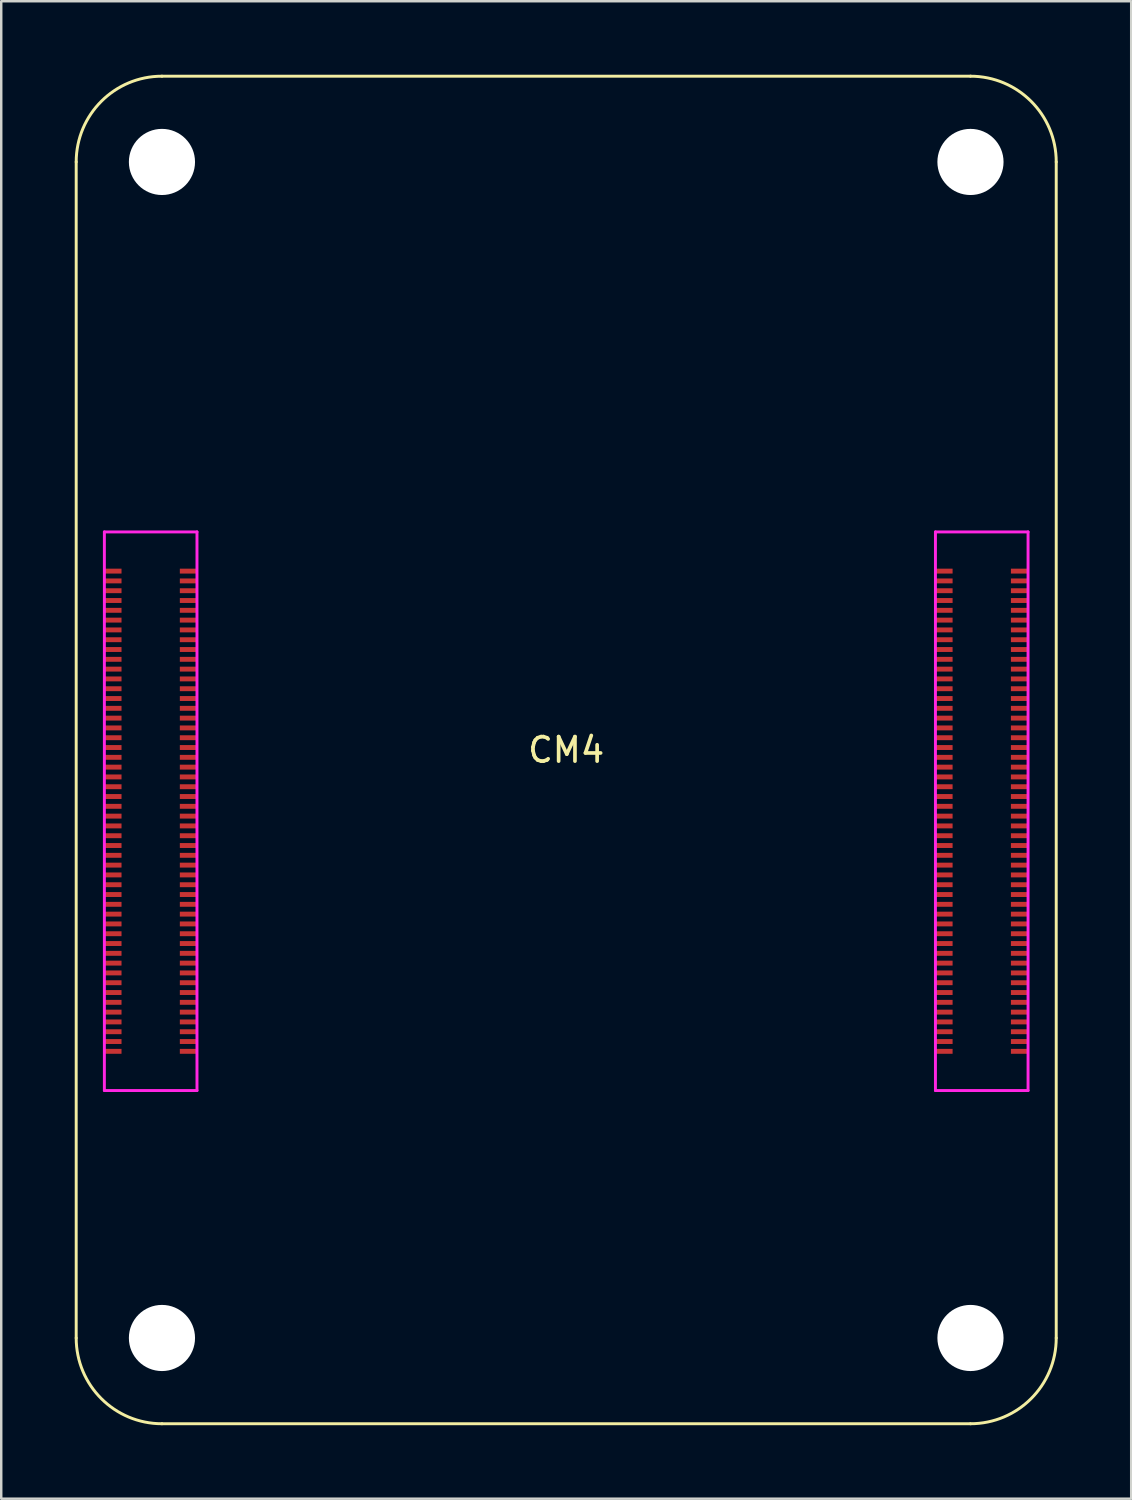
<source format=kicad_pcb>
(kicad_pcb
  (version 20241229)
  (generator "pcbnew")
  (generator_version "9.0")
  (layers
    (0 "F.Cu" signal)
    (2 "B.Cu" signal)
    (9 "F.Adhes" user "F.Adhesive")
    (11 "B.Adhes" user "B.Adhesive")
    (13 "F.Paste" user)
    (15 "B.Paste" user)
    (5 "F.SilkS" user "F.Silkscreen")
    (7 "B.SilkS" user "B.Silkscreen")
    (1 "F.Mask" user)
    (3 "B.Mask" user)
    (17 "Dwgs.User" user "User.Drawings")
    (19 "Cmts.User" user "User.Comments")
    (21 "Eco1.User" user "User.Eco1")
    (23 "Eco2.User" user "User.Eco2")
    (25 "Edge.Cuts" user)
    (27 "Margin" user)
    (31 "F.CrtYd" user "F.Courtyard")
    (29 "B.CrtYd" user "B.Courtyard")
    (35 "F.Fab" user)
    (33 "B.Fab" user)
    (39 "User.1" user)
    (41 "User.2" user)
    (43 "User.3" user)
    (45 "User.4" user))
  (footprint "CM4"
    (layer "F.Cu")
    (at 3.56 51.56)
    (property "Reference" "CM4" (at 16.5 -24 0) (layer "F.SilkS") (effects (font (size 1 1) (thickness 0.15))))
    (attr smd)
    (fp_line (start -3.5 -48) (end -3.5 0) (stroke (width 0.12) (type solid)) (layer "F.SilkS"))
    (fp_line (start 0 3.5) (end 33 3.5) (stroke (width 0.12) (type solid)) (layer "F.SilkS"))
    (fp_line (start 33 -51.5) (end 0 -51.5) (stroke (width 0.12) (type solid)) (layer "F.SilkS"))
    (fp_line (start 36.5 0) (end 36.5 -48) (stroke (width 0.12) (type solid)) (layer "F.SilkS"))
    (fp_arc (start -3.5 -48) (mid -2.474874 -50.474874) (end 0 -51.5) (stroke (width 0.12) (type solid)) (layer "F.SilkS"))
    (fp_arc (start 0 3.5) (mid -2.474874 2.474874) (end -3.5 0) (stroke (width 0.12) (type solid)) (layer "F.SilkS"))
    (fp_arc (start 33 -51.5) (mid 35.474874 -50.474874) (end 36.5 -48) (stroke (width 0.12) (type solid)) (layer "F.SilkS"))
    (fp_arc (start 36.5 0) (mid 35.474874 2.474874) (end 33 3.5) (stroke (width 0.12) (type solid)) (layer "F.SilkS"))
    (fp_line (start -2.35 -32.9) (end 1.43 -32.9) (stroke (width 0.12) (type solid)) (layer "F.CrtYd"))
    (fp_line (start -2.35 -10.1) (end -2.35 -32.9) (stroke (width 0.12) (type solid)) (layer "F.CrtYd"))
    (fp_line (start 1.43 -32.9) (end 1.43 -10.1) (stroke (width 0.12) (type solid)) (layer "F.CrtYd"))
    (fp_line (start 1.43 -10.1) (end -2.35 -10.1) (stroke (width 0.12) (type solid)) (layer "F.CrtYd"))
    (fp_line (start 31.57 -32.9) (end 35.35 -32.9) (stroke (width 0.12) (type solid)) (layer "F.CrtYd"))
    (fp_line (start 31.57 -10.1) (end 31.57 -32.9) (stroke (width 0.12) (type solid)) (layer "F.CrtYd"))
    (fp_line (start 35.35 -32.9) (end 35.35 -10.1) (stroke (width 0.12) (type solid)) (layer "F.CrtYd"))
    (fp_line (start 35.35 -10.1) (end 31.57 -10.1) (stroke (width 0.12) (type solid)) (layer "F.CrtYd"))
    (pad "" np_thru_hole circle (at 0 -48) (size 2.7 2.7) (drill 2.7) (layers "*.Cu" "*.Mask"))
    (pad "" np_thru_hole circle (at 0 0) (size 2.7 2.7) (drill 2.7) (layers "*.Cu" "*.Mask"))
    (pad "" np_thru_hole circle (at 33 -48) (size 2.7 2.7) (drill 2.7) (layers "*.Cu" "*.Mask"))
    (pad "" np_thru_hole circle (at 33 0) (size 2.7 2.7) (drill 2.7) (layers "*.Cu" "*.Mask"))
    (pad "1" smd rect (at -2 -31.3 270) (size 0.2 0.7) (layers "F.Cu" "F.Mask" "F.Paste"))
    (pad "2" smd rect (at 1.08 -31.3 270) (size 0.2 0.7) (layers "F.Cu" "F.Mask" "F.Paste"))
    (pad "3" smd rect (at -2 -30.9 270) (size 0.2 0.7) (layers "F.Cu" "F.Mask" "F.Paste"))
    (pad "4" smd rect (at 1.08 -30.9 270) (size 0.2 0.7) (layers "F.Cu" "F.Mask" "F.Paste"))
    (pad "5" smd rect (at -2 -30.5 270) (size 0.2 0.7) (layers "F.Cu" "F.Mask" "F.Paste"))
    (pad "6" smd rect (at 1.08 -30.5 270) (size 0.2 0.7) (layers "F.Cu" "F.Mask" "F.Paste"))
    (pad "7" smd rect (at -2 -30.1 270) (size 0.2 0.7) (layers "F.Cu" "F.Mask" "F.Paste"))
    (pad "8" smd rect (at 1.08 -30.1 270) (size 0.2 0.7) (layers "F.Cu" "F.Mask" "F.Paste"))
    (pad "9" smd rect (at -2 -29.7 270) (size 0.2 0.7) (layers "F.Cu" "F.Mask" "F.Paste"))
    (pad "10" smd rect (at 1.08 -29.7 270) (size 0.2 0.7) (layers "F.Cu" "F.Mask" "F.Paste"))
    (pad "11" smd rect (at -2 -29.3 270) (size 0.2 0.7) (layers "F.Cu" "F.Mask" "F.Paste"))
    (pad "12" smd rect (at 1.08 -29.3 270) (size 0.2 0.7) (layers "F.Cu" "F.Mask" "F.Paste"))
    (pad "13" smd rect (at -2 -28.9 270) (size 0.2 0.7) (layers "F.Cu" "F.Mask" "F.Paste"))
    (pad "14" smd rect (at 1.08 -28.9 270) (size 0.2 0.7) (layers "F.Cu" "F.Mask" "F.Paste"))
    (pad "15" smd rect (at -2 -28.5 270) (size 0.2 0.7) (layers "F.Cu" "F.Mask" "F.Paste"))
    (pad "16" smd rect (at 1.08 -28.5 270) (size 0.2 0.7) (layers "F.Cu" "F.Mask" "F.Paste"))
    (pad "17" smd rect (at -2 -28.1 270) (size 0.2 0.7) (layers "F.Cu" "F.Mask" "F.Paste"))
    (pad "18" smd rect (at 1.08 -28.1 270) (size 0.2 0.7) (layers "F.Cu" "F.Mask" "F.Paste"))
    (pad "19" smd rect (at -2 -27.7 270) (size 0.2 0.7) (layers "F.Cu" "F.Mask" "F.Paste"))
    (pad "20" smd rect (at 1.08 -27.7 270) (size 0.2 0.7) (layers "F.Cu" "F.Mask" "F.Paste"))
    (pad "21" smd rect (at -2 -27.3 270) (size 0.2 0.7) (layers "F.Cu" "F.Mask" "F.Paste"))
    (pad "22" smd rect (at 1.08 -27.3 270) (size 0.2 0.7) (layers "F.Cu" "F.Mask" "F.Paste"))
    (pad "23" smd rect (at -2 -26.9 270) (size 0.2 0.7) (layers "F.Cu" "F.Mask" "F.Paste"))
    (pad "24" smd rect (at 1.08 -26.9 270) (size 0.2 0.7) (layers "F.Cu" "F.Mask" "F.Paste"))
    (pad "25" smd rect (at -2 -26.5 270) (size 0.2 0.7) (layers "F.Cu" "F.Mask" "F.Paste"))
    (pad "26" smd rect (at 1.08 -26.5 270) (size 0.2 0.7) (layers "F.Cu" "F.Mask" "F.Paste"))
    (pad "27" smd rect (at -2 -26.1 270) (size 0.2 0.7) (layers "F.Cu" "F.Mask" "F.Paste"))
    (pad "28" smd rect (at 1.08 -26.1 270) (size 0.2 0.7) (layers "F.Cu" "F.Mask" "F.Paste"))
    (pad "29" smd rect (at -2 -25.7 270) (size 0.2 0.7) (layers "F.Cu" "F.Mask" "F.Paste"))
    (pad "30" smd rect (at 1.08 -25.7 270) (size 0.2 0.7) (layers "F.Cu" "F.Mask" "F.Paste"))
    (pad "31" smd rect (at -2 -25.3 270) (size 0.2 0.7) (layers "F.Cu" "F.Mask" "F.Paste"))
    (pad "32" smd rect (at 1.08 -25.3 270) (size 0.2 0.7) (layers "F.Cu" "F.Mask" "F.Paste"))
    (pad "33" smd rect (at -2 -24.9 270) (size 0.2 0.7) (layers "F.Cu" "F.Mask" "F.Paste"))
    (pad "34" smd rect (at 1.08 -24.9 270) (size 0.2 0.7) (layers "F.Cu" "F.Mask" "F.Paste"))
    (pad "35" smd rect (at -2 -24.5 270) (size 0.2 0.7) (layers "F.Cu" "F.Mask" "F.Paste"))
    (pad "36" smd rect (at 1.08 -24.5 270) (size 0.2 0.7) (layers "F.Cu" "F.Mask" "F.Paste"))
    (pad "37" smd rect (at -2 -24.1 270) (size 0.2 0.7) (layers "F.Cu" "F.Mask" "F.Paste"))
    (pad "38" smd rect (at 1.08 -24.1 270) (size 0.2 0.7) (layers "F.Cu" "F.Mask" "F.Paste"))
    (pad "39" smd rect (at -2 -23.7 270) (size 0.2 0.7) (layers "F.Cu" "F.Mask" "F.Paste"))
    (pad "40" smd rect (at 1.08 -23.7 270) (size 0.2 0.7) (layers "F.Cu" "F.Mask" "F.Paste"))
    (pad "41" smd rect (at -2 -23.3 270) (size 0.2 0.7) (layers "F.Cu" "F.Mask" "F.Paste"))
    (pad "42" smd rect (at 1.08 -23.3 270) (size 0.2 0.7) (layers "F.Cu" "F.Mask" "F.Paste"))
    (pad "43" smd rect (at -2 -22.9 270) (size 0.2 0.7) (layers "F.Cu" "F.Mask" "F.Paste"))
    (pad "44" smd rect (at 1.08 -22.9 270) (size 0.2 0.7) (layers "F.Cu" "F.Mask" "F.Paste"))
    (pad "45" smd rect (at -2 -22.5 270) (size 0.2 0.7) (layers "F.Cu" "F.Mask" "F.Paste"))
    (pad "46" smd rect (at 1.08 -22.5 270) (size 0.2 0.7) (layers "F.Cu" "F.Mask" "F.Paste"))
    (pad "47" smd rect (at -2 -22.1 270) (size 0.2 0.7) (layers "F.Cu" "F.Mask" "F.Paste"))
    (pad "48" smd rect (at 1.08 -22.1 270) (size 0.2 0.7) (layers "F.Cu" "F.Mask" "F.Paste"))
    (pad "49" smd rect (at -2 -21.7 270) (size 0.2 0.7) (layers "F.Cu" "F.Mask" "F.Paste"))
    (pad "50" smd rect (at 1.08 -21.7 270) (size 0.2 0.7) (layers "F.Cu" "F.Mask" "F.Paste"))
    (pad "51" smd rect (at -2 -21.3 270) (size 0.2 0.7) (layers "F.Cu" "F.Mask" "F.Paste"))
    (pad "52" smd rect (at 1.08 -21.3 270) (size 0.2 0.7) (layers "F.Cu" "F.Mask" "F.Paste"))
    (pad "53" smd rect (at -2 -20.9 270) (size 0.2 0.7) (layers "F.Cu" "F.Mask" "F.Paste"))
    (pad "54" smd rect (at 1.08 -20.9 270) (size 0.2 0.7) (layers "F.Cu" "F.Mask" "F.Paste"))
    (pad "55" smd rect (at -2 -20.5 270) (size 0.2 0.7) (layers "F.Cu" "F.Mask" "F.Paste"))
    (pad "56" smd rect (at 1.08 -20.5 270) (size 0.2 0.7) (layers "F.Cu" "F.Mask" "F.Paste"))
    (pad "57" smd rect (at -2 -20.1 270) (size 0.2 0.7) (layers "F.Cu" "F.Mask" "F.Paste"))
    (pad "58" smd rect (at 1.08 -20.1 270) (size 0.2 0.7) (layers "F.Cu" "F.Mask" "F.Paste"))
    (pad "59" smd rect (at -2 -19.7 270) (size 0.2 0.7) (layers "F.Cu" "F.Mask" "F.Paste"))
    (pad "60" smd rect (at 1.08 -19.7 270) (size 0.2 0.7) (layers "F.Cu" "F.Mask" "F.Paste"))
    (pad "61" smd rect (at -2 -19.3 270) (size 0.2 0.7) (layers "F.Cu" "F.Mask" "F.Paste"))
    (pad "62" smd rect (at 1.08 -19.3 270) (size 0.2 0.7) (layers "F.Cu" "F.Mask" "F.Paste"))
    (pad "63" smd rect (at -2 -18.9 270) (size 0.2 0.7) (layers "F.Cu" "F.Mask" "F.Paste"))
    (pad "64" smd rect (at 1.08 -18.9 270) (size 0.2 0.7) (layers "F.Cu" "F.Mask" "F.Paste"))
    (pad "65" smd rect (at -2 -18.5 270) (size 0.2 0.7) (layers "F.Cu" "F.Mask" "F.Paste"))
    (pad "66" smd rect (at 1.08 -18.5 270) (size 0.2 0.7) (layers "F.Cu" "F.Mask" "F.Paste"))
    (pad "67" smd rect (at -2 -18.1 270) (size 0.2 0.7) (layers "F.Cu" "F.Mask" "F.Paste"))
    (pad "68" smd rect (at 1.08 -18.1 270) (size 0.2 0.7) (layers "F.Cu" "F.Mask" "F.Paste"))
    (pad "69" smd rect (at -2 -17.7 270) (size 0.2 0.7) (layers "F.Cu" "F.Mask" "F.Paste"))
    (pad "70" smd rect (at 1.08 -17.7 270) (size 0.2 0.7) (layers "F.Cu" "F.Mask" "F.Paste"))
    (pad "71" smd rect (at -2 -17.3 270) (size 0.2 0.7) (layers "F.Cu" "F.Mask" "F.Paste"))
    (pad "72" smd rect (at 1.08 -17.3 270) (size 0.2 0.7) (layers "F.Cu" "F.Mask" "F.Paste"))
    (pad "73" smd rect (at -2 -16.9 270) (size 0.2 0.7) (layers "F.Cu" "F.Mask" "F.Paste"))
    (pad "74" smd rect (at 1.08 -16.9 270) (size 0.2 0.7) (layers "F.Cu" "F.Mask" "F.Paste"))
    (pad "75" smd rect (at -2 -16.5 270) (size 0.2 0.7) (layers "F.Cu" "F.Mask" "F.Paste"))
    (pad "76" smd rect (at 1.08 -16.5 270) (size 0.2 0.7) (layers "F.Cu" "F.Mask" "F.Paste"))
    (pad "77" smd rect (at -2 -16.1 270) (size 0.2 0.7) (layers "F.Cu" "F.Mask" "F.Paste"))
    (pad "78" smd rect (at 1.08 -16.1 270) (size 0.2 0.7) (layers "F.Cu" "F.Mask" "F.Paste"))
    (pad "79" smd rect (at -2 -15.7 270) (size 0.2 0.7) (layers "F.Cu" "F.Mask" "F.Paste"))
    (pad "80" smd rect (at 1.08 -15.7 270) (size 0.2 0.7) (layers "F.Cu" "F.Mask" "F.Paste"))
    (pad "81" smd rect (at -2 -15.3 270) (size 0.2 0.7) (layers "F.Cu" "F.Mask" "F.Paste"))
    (pad "82" smd rect (at 1.08 -15.3 270) (size 0.2 0.7) (layers "F.Cu" "F.Mask" "F.Paste"))
    (pad "83" smd rect (at -2 -14.9 270) (size 0.2 0.7) (layers "F.Cu" "F.Mask" "F.Paste"))
    (pad "84" smd rect (at 1.08 -14.9 270) (size 0.2 0.7) (layers "F.Cu" "F.Mask" "F.Paste"))
    (pad "85" smd rect (at -2 -14.5 270) (size 0.2 0.7) (layers "F.Cu" "F.Mask" "F.Paste"))
    (pad "86" smd rect (at 1.08 -14.5 270) (size 0.2 0.7) (layers "F.Cu" "F.Mask" "F.Paste"))
    (pad "87" smd rect (at -2 -14.1 270) (size 0.2 0.7) (layers "F.Cu" "F.Mask" "F.Paste"))
    (pad "88" smd rect (at 1.08 -14.1 270) (size 0.2 0.7) (layers "F.Cu" "F.Mask" "F.Paste"))
    (pad "89" smd rect (at -2 -13.7 270) (size 0.2 0.7) (layers "F.Cu" "F.Mask" "F.Paste"))
    (pad "90" smd rect (at 1.08 -13.7 270) (size 0.2 0.7) (layers "F.Cu" "F.Mask" "F.Paste"))
    (pad "91" smd rect (at -2 -13.3 270) (size 0.2 0.7) (layers "F.Cu" "F.Mask" "F.Paste"))
    (pad "92" smd rect (at 1.08 -13.3 270) (size 0.2 0.7) (layers "F.Cu" "F.Mask" "F.Paste"))
    (pad "93" smd rect (at -2 -12.9 270) (size 0.2 0.7) (layers "F.Cu" "F.Mask" "F.Paste"))
    (pad "94" smd rect (at 1.08 -12.9 270) (size 0.2 0.7) (layers "F.Cu" "F.Mask" "F.Paste"))
    (pad "95" smd rect (at -2 -12.5 270) (size 0.2 0.7) (layers "F.Cu" "F.Mask" "F.Paste"))
    (pad "96" smd rect (at 1.08 -12.5 270) (size 0.2 0.7) (layers "F.Cu" "F.Mask" "F.Paste"))
    (pad "97" smd rect (at -2 -12.1 270) (size 0.2 0.7) (layers "F.Cu" "F.Mask" "F.Paste"))
    (pad "98" smd rect (at 1.08 -12.1 270) (size 0.2 0.7) (layers "F.Cu" "F.Mask" "F.Paste"))
    (pad "99" smd rect (at -2 -11.7 270) (size 0.2 0.7) (layers "F.Cu" "F.Mask" "F.Paste"))
    (pad "100" smd rect (at 1.08 -11.7 270) (size 0.2 0.7) (layers "F.Cu" "F.Mask" "F.Paste"))
    (pad "101" smd rect (at 31.92 -31.3 270) (size 0.2 0.7) (layers "F.Cu" "F.Mask" "F.Paste"))
    (pad "102" smd rect (at 35 -31.3 270) (size 0.2 0.7) (layers "F.Cu" "F.Mask" "F.Paste"))
    (pad "103" smd rect (at 31.92 -30.9 270) (size 0.2 0.7) (layers "F.Cu" "F.Mask" "F.Paste"))
    (pad "104" smd rect (at 35 -30.9 270) (size 0.2 0.7) (layers "F.Cu" "F.Mask" "F.Paste"))
    (pad "105" smd rect (at 31.92 -30.5 270) (size 0.2 0.7) (layers "F.Cu" "F.Mask" "F.Paste"))
    (pad "106" smd rect (at 35 -30.5 270) (size 0.2 0.7) (layers "F.Cu" "F.Mask" "F.Paste"))
    (pad "107" smd rect (at 31.92 -30.1 270) (size 0.2 0.7) (layers "F.Cu" "F.Mask" "F.Paste"))
    (pad "108" smd rect (at 35 -30.1 270) (size 0.2 0.7) (layers "F.Cu" "F.Mask" "F.Paste"))
    (pad "109" smd rect (at 31.92 -29.7 270) (size 0.2 0.7) (layers "F.Cu" "F.Mask" "F.Paste"))
    (pad "110" smd rect (at 35 -29.7 270) (size 0.2 0.7) (layers "F.Cu" "F.Mask" "F.Paste"))
    (pad "111" smd rect (at 31.92 -29.3 270) (size 0.2 0.7) (layers "F.Cu" "F.Mask" "F.Paste"))
    (pad "112" smd rect (at 35 -29.3 270) (size 0.2 0.7) (layers "F.Cu" "F.Mask" "F.Paste"))
    (pad "113" smd rect (at 31.92 -28.9 270) (size 0.2 0.7) (layers "F.Cu" "F.Mask" "F.Paste"))
    (pad "114" smd rect (at 35 -28.9 270) (size 0.2 0.7) (layers "F.Cu" "F.Mask" "F.Paste"))
    (pad "115" smd rect (at 31.92 -28.5 270) (size 0.2 0.7) (layers "F.Cu" "F.Mask" "F.Paste"))
    (pad "116" smd rect (at 35 -28.5 270) (size 0.2 0.7) (layers "F.Cu" "F.Mask" "F.Paste"))
    (pad "117" smd rect (at 31.92 -28.1 270) (size 0.2 0.7) (layers "F.Cu" "F.Mask" "F.Paste"))
    (pad "118" smd rect (at 35 -28.1 270) (size 0.2 0.7) (layers "F.Cu" "F.Mask" "F.Paste"))
    (pad "119" smd rect (at 31.92 -27.7 270) (size 0.2 0.7) (layers "F.Cu" "F.Mask" "F.Paste"))
    (pad "120" smd rect (at 35 -27.7 270) (size 0.2 0.7) (layers "F.Cu" "F.Mask" "F.Paste"))
    (pad "121" smd rect (at 31.92 -27.3 270) (size 0.2 0.7) (layers "F.Cu" "F.Mask" "F.Paste"))
    (pad "122" smd rect (at 35 -27.3 270) (size 0.2 0.7) (layers "F.Cu" "F.Mask" "F.Paste"))
    (pad "123" smd rect (at 31.92 -26.9 270) (size 0.2 0.7) (layers "F.Cu" "F.Mask" "F.Paste"))
    (pad "124" smd rect (at 35 -26.9 270) (size 0.2 0.7) (layers "F.Cu" "F.Mask" "F.Paste"))
    (pad "125" smd rect (at 31.92 -26.5 270) (size 0.2 0.7) (layers "F.Cu" "F.Mask" "F.Paste"))
    (pad "126" smd rect (at 35 -26.5 270) (size 0.2 0.7) (layers "F.Cu" "F.Mask" "F.Paste"))
    (pad "127" smd rect (at 31.92 -26.1 270) (size 0.2 0.7) (layers "F.Cu" "F.Mask" "F.Paste"))
    (pad "128" smd rect (at 35 -26.1 270) (size 0.2 0.7) (layers "F.Cu" "F.Mask" "F.Paste"))
    (pad "129" smd rect (at 31.92 -25.7 270) (size 0.2 0.7) (layers "F.Cu" "F.Mask" "F.Paste"))
    (pad "130" smd rect (at 35 -25.7 270) (size 0.2 0.7) (layers "F.Cu" "F.Mask" "F.Paste"))
    (pad "131" smd rect (at 31.92 -25.3 270) (size 0.2 0.7) (layers "F.Cu" "F.Mask" "F.Paste"))
    (pad "132" smd rect (at 35 -25.3 270) (size 0.2 0.7) (layers "F.Cu" "F.Mask" "F.Paste"))
    (pad "133" smd rect (at 31.92 -24.9 270) (size 0.2 0.7) (layers "F.Cu" "F.Mask" "F.Paste"))
    (pad "134" smd rect (at 35 -24.9 270) (size 0.2 0.7) (layers "F.Cu" "F.Mask" "F.Paste"))
    (pad "135" smd rect (at 31.92 -24.5 270) (size 0.2 0.7) (layers "F.Cu" "F.Mask" "F.Paste"))
    (pad "136" smd rect (at 35 -24.5 270) (size 0.2 0.7) (layers "F.Cu" "F.Mask" "F.Paste"))
    (pad "137" smd rect (at 31.92 -24.1 270) (size 0.2 0.7) (layers "F.Cu" "F.Mask" "F.Paste"))
    (pad "138" smd rect (at 35 -24.1 270) (size 0.2 0.7) (layers "F.Cu" "F.Mask" "F.Paste"))
    (pad "139" smd rect (at 31.92 -23.7 270) (size 0.2 0.7) (layers "F.Cu" "F.Mask" "F.Paste"))
    (pad "140" smd rect (at 35 -23.7 270) (size 0.2 0.7) (layers "F.Cu" "F.Mask" "F.Paste"))
    (pad "141" smd rect (at 31.92 -23.3 270) (size 0.2 0.7) (layers "F.Cu" "F.Mask" "F.Paste"))
    (pad "142" smd rect (at 35 -23.3 270) (size 0.2 0.7) (layers "F.Cu" "F.Mask" "F.Paste"))
    (pad "143" smd rect (at 31.92 -22.9 270) (size 0.2 0.7) (layers "F.Cu" "F.Mask" "F.Paste"))
    (pad "144" smd rect (at 35 -22.9 270) (size 0.2 0.7) (layers "F.Cu" "F.Mask" "F.Paste"))
    (pad "145" smd rect (at 31.92 -22.5 270) (size 0.2 0.7) (layers "F.Cu" "F.Mask" "F.Paste"))
    (pad "146" smd rect (at 35 -22.5 270) (size 0.2 0.7) (layers "F.Cu" "F.Mask" "F.Paste"))
    (pad "147" smd rect (at 31.92 -22.1 270) (size 0.2 0.7) (layers "F.Cu" "F.Mask" "F.Paste"))
    (pad "148" smd rect (at 35 -22.1 270) (size 0.2 0.7) (layers "F.Cu" "F.Mask" "F.Paste"))
    (pad "149" smd rect (at 31.92 -21.7 270) (size 0.2 0.7) (layers "F.Cu" "F.Mask" "F.Paste"))
    (pad "150" smd rect (at 35 -21.7 270) (size 0.2 0.7) (layers "F.Cu" "F.Mask" "F.Paste"))
    (pad "151" smd rect (at 31.92 -21.3 270) (size 0.2 0.7) (layers "F.Cu" "F.Mask" "F.Paste"))
    (pad "152" smd rect (at 35 -21.3 270) (size 0.2 0.7) (layers "F.Cu" "F.Mask" "F.Paste"))
    (pad "153" smd rect (at 31.92 -20.9 270) (size 0.2 0.7) (layers "F.Cu" "F.Mask" "F.Paste"))
    (pad "154" smd rect (at 35 -20.9 270) (size 0.2 0.7) (layers "F.Cu" "F.Mask" "F.Paste"))
    (pad "155" smd rect (at 31.92 -20.5 270) (size 0.2 0.7) (layers "F.Cu" "F.Mask" "F.Paste"))
    (pad "156" smd rect (at 35 -20.5 270) (size 0.2 0.7) (layers "F.Cu" "F.Mask" "F.Paste"))
    (pad "157" smd rect (at 31.92 -20.1 270) (size 0.2 0.7) (layers "F.Cu" "F.Mask" "F.Paste"))
    (pad "158" smd rect (at 35 -20.1 270) (size 0.2 0.7) (layers "F.Cu" "F.Mask" "F.Paste"))
    (pad "159" smd rect (at 31.92 -19.7 270) (size 0.2 0.7) (layers "F.Cu" "F.Mask" "F.Paste"))
    (pad "160" smd rect (at 35 -19.7 270) (size 0.2 0.7) (layers "F.Cu" "F.Mask" "F.Paste"))
    (pad "161" smd rect (at 31.92 -19.3 270) (size 0.2 0.7) (layers "F.Cu" "F.Mask" "F.Paste"))
    (pad "162" smd rect (at 35 -19.3 270) (size 0.2 0.7) (layers "F.Cu" "F.Mask" "F.Paste"))
    (pad "163" smd rect (at 31.92 -18.9 270) (size 0.2 0.7) (layers "F.Cu" "F.Mask" "F.Paste"))
    (pad "164" smd rect (at 35 -18.9 270) (size 0.2 0.7) (layers "F.Cu" "F.Mask" "F.Paste"))
    (pad "165" smd rect (at 31.92 -18.5 270) (size 0.2 0.7) (layers "F.Cu" "F.Mask" "F.Paste"))
    (pad "166" smd rect (at 35 -18.5 270) (size 0.2 0.7) (layers "F.Cu" "F.Mask" "F.Paste"))
    (pad "167" smd rect (at 31.92 -18.1 270) (size 0.2 0.7) (layers "F.Cu" "F.Mask" "F.Paste"))
    (pad "168" smd rect (at 35 -18.1 270) (size 0.2 0.7) (layers "F.Cu" "F.Mask" "F.Paste"))
    (pad "169" smd rect (at 31.92 -17.7 270) (size 0.2 0.7) (layers "F.Cu" "F.Mask" "F.Paste"))
    (pad "170" smd rect (at 35 -17.7 270) (size 0.2 0.7) (layers "F.Cu" "F.Mask" "F.Paste"))
    (pad "171" smd rect (at 31.92 -17.3 270) (size 0.2 0.7) (layers "F.Cu" "F.Mask" "F.Paste"))
    (pad "172" smd rect (at 35 -17.3 270) (size 0.2 0.7) (layers "F.Cu" "F.Mask" "F.Paste"))
    (pad "173" smd rect (at 31.92 -16.9 270) (size 0.2 0.7) (layers "F.Cu" "F.Mask" "F.Paste"))
    (pad "174" smd rect (at 35 -16.9 270) (size 0.2 0.7) (layers "F.Cu" "F.Mask" "F.Paste"))
    (pad "175" smd rect (at 31.92 -16.5 270) (size 0.2 0.7) (layers "F.Cu" "F.Mask" "F.Paste"))
    (pad "176" smd rect (at 35 -16.5 270) (size 0.2 0.7) (layers "F.Cu" "F.Mask" "F.Paste"))
    (pad "177" smd rect (at 31.92 -16.1 270) (size 0.2 0.7) (layers "F.Cu" "F.Mask" "F.Paste"))
    (pad "178" smd rect (at 35 -16.1 270) (size 0.2 0.7) (layers "F.Cu" "F.Mask" "F.Paste"))
    (pad "179" smd rect (at 31.92 -15.7 270) (size 0.2 0.7) (layers "F.Cu" "F.Mask" "F.Paste"))
    (pad "180" smd rect (at 35 -15.7 270) (size 0.2 0.7) (layers "F.Cu" "F.Mask" "F.Paste"))
    (pad "181" smd rect (at 31.92 -15.3 270) (size 0.2 0.7) (layers "F.Cu" "F.Mask" "F.Paste"))
    (pad "182" smd rect (at 35 -15.3 270) (size 0.2 0.7) (layers "F.Cu" "F.Mask" "F.Paste"))
    (pad "183" smd rect (at 31.92 -14.9 270) (size 0.2 0.7) (layers "F.Cu" "F.Mask" "F.Paste"))
    (pad "184" smd rect (at 35 -14.9 270) (size 0.2 0.7) (layers "F.Cu" "F.Mask" "F.Paste"))
    (pad "185" smd rect (at 31.92 -14.5 270) (size 0.2 0.7) (layers "F.Cu" "F.Mask" "F.Paste"))
    (pad "186" smd rect (at 35 -14.5 270) (size 0.2 0.7) (layers "F.Cu" "F.Mask" "F.Paste"))
    (pad "187" smd rect (at 31.92 -14.1 270) (size 0.2 0.7) (layers "F.Cu" "F.Mask" "F.Paste"))
    (pad "188" smd rect (at 35 -14.1 270) (size 0.2 0.7) (layers "F.Cu" "F.Mask" "F.Paste"))
    (pad "189" smd rect (at 31.92 -13.7 270) (size 0.2 0.7) (layers "F.Cu" "F.Mask" "F.Paste"))
    (pad "190" smd rect (at 35 -13.7 270) (size 0.2 0.7) (layers "F.Cu" "F.Mask" "F.Paste"))
    (pad "191" smd rect (at 31.92 -13.3 270) (size 0.2 0.7) (layers "F.Cu" "F.Mask" "F.Paste"))
    (pad "192" smd rect (at 35 -13.3 270) (size 0.2 0.7) (layers "F.Cu" "F.Mask" "F.Paste"))
    (pad "193" smd rect (at 31.92 -12.9 270) (size 0.2 0.7) (layers "F.Cu" "F.Mask" "F.Paste"))
    (pad "194" smd rect (at 35 -12.9 270) (size 0.2 0.7) (layers "F.Cu" "F.Mask" "F.Paste"))
    (pad "195" smd rect (at 31.92 -12.5 270) (size 0.2 0.7) (layers "F.Cu" "F.Mask" "F.Paste"))
    (pad "196" smd rect (at 35 -12.5 270) (size 0.2 0.7) (layers "F.Cu" "F.Mask" "F.Paste"))
    (pad "197" smd rect (at 31.92 -12.1 270) (size 0.2 0.7) (layers "F.Cu" "F.Mask" "F.Paste"))
    (pad "198" smd rect (at 35 -12.1 270) (size 0.2 0.7) (layers "F.Cu" "F.Mask" "F.Paste"))
    (pad "199" smd rect (at 31.92 -11.7 270) (size 0.2 0.7) (layers "F.Cu" "F.Mask" "F.Paste"))
    (pad "200" smd rect (at 35 -11.7 270) (size 0.2 0.7) (layers "F.Cu" "F.Mask" "F.Paste"))
    (zone (net_name "") (layers "F.Cu" "B.Cu") (hatch edge 0.5) (connect_pads) (min_thickness 0.25) (filled_areas_thickness no) (keepout (tracks not_allowed) (vias not_allowed) (pads not_allowed) (copperpour not_allowed) (footprints allowed)) (placement (enabled no)) (fill) (polygon (pts (xy 21.56 48.56) (xy 21.56 55.06) (xy 10.56 55.06) (xy 10.56 48.56)))))
  (gr_rect
    (start -3 -3)
    (end 43.12 58.12)
    (stroke (width 0.1) (type default))
    (fill no)
    (layer "Edge.Cuts")))
</source>
